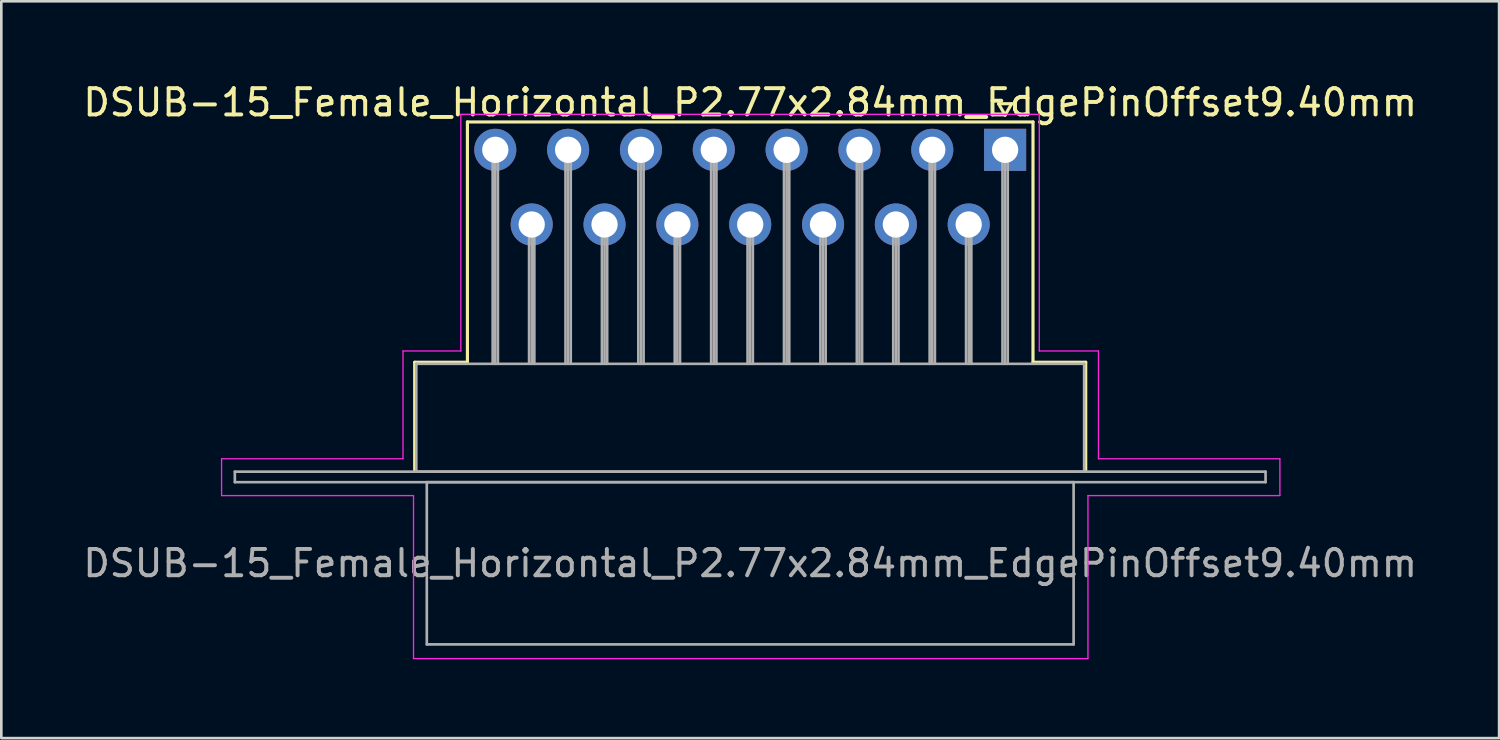
<source format=kicad_pcb>
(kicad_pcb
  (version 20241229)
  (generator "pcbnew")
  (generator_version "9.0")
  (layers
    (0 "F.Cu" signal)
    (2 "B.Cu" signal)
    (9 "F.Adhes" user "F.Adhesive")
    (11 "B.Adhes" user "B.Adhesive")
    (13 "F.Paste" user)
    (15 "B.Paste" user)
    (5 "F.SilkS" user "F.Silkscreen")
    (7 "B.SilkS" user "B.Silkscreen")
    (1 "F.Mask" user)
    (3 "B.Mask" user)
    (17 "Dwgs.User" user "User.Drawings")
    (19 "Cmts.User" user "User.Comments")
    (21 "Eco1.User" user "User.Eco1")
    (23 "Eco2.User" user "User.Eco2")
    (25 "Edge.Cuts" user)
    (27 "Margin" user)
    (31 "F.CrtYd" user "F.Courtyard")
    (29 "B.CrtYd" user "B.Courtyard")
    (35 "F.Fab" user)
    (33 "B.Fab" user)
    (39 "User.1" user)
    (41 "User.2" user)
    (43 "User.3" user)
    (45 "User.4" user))
  (footprint "DSUB-15_Female_Horizontal_P2.77x2.84mm_EdgePinOffset9.40mm"
    (layer "F.Cu")
    (at 35.177 2.648)
    (property "Reference" "DSUB-15_Female_Horizontal_P2.77x2.84mm_EdgePinOffset9.40mm" (at -9.695 -1.8 0) (layer "F.SilkS") (effects (font (size 1 1) (thickness 0.15))))
    (attr through_hole)
    (fp_line (start -22.455 8.08) (end -20.45 8.08) (stroke (width 0.12) (type solid)) (layer "F.SilkS"))
    (fp_line (start -22.455 12.18) (end -22.455 8.08) (stroke (width 0.12) (type solid)) (layer "F.SilkS"))
    (fp_line (start -20.45 -1.06) (end 1.06 -1.06) (stroke (width 0.12) (type solid)) (layer "F.SilkS"))
    (fp_line (start -20.45 8.08) (end -20.45 -1.06) (stroke (width 0.12) (type solid)) (layer "F.SilkS"))
    (fp_line (start -0.25 -1.754) (end 0.25 -1.754) (stroke (width 0.12) (type solid)) (layer "F.SilkS"))
    (fp_line (start 0 -1.321) (end -0.25 -1.754) (stroke (width 0.12) (type solid)) (layer "F.SilkS"))
    (fp_line (start 0.25 -1.754) (end 0 -1.321) (stroke (width 0.12) (type solid)) (layer "F.SilkS"))
    (fp_line (start 1.06 -1.06) (end 1.06 8.08) (stroke (width 0.12) (type solid)) (layer "F.SilkS"))
    (fp_line (start 1.06 8.08) (end 3.065 8.08) (stroke (width 0.12) (type solid)) (layer "F.SilkS"))
    (fp_line (start 3.065 8.08) (end 3.065 12.18) (stroke (width 0.12) (type solid)) (layer "F.SilkS"))
    (fp_line (start -29.8 11.75) (end -22.9 11.75) (stroke (width 0.05) (type solid)) (layer "F.CrtYd"))
    (fp_line (start -29.8 13.15) (end -29.8 11.75) (stroke (width 0.05) (type solid)) (layer "F.CrtYd"))
    (fp_line (start -22.9 7.65) (end -20.7 7.65) (stroke (width 0.05) (type solid)) (layer "F.CrtYd"))
    (fp_line (start -22.9 11.75) (end -22.9 7.65) (stroke (width 0.05) (type solid)) (layer "F.CrtYd"))
    (fp_line (start -22.5 13.15) (end -29.8 13.15) (stroke (width 0.05) (type solid)) (layer "F.CrtYd"))
    (fp_line (start -22.5 19.35) (end -22.5 13.15) (stroke (width 0.05) (type solid)) (layer "F.CrtYd"))
    (fp_line (start -20.7 -1.35) (end 1.3 -1.35) (stroke (width 0.05) (type solid)) (layer "F.CrtYd"))
    (fp_line (start -20.7 7.65) (end -20.7 -1.35) (stroke (width 0.05) (type solid)) (layer "F.CrtYd"))
    (fp_line (start 1.3 -1.35) (end 1.3 7.65) (stroke (width 0.05) (type solid)) (layer "F.CrtYd"))
    (fp_line (start 1.3 7.65) (end 3.55 7.65) (stroke (width 0.05) (type solid)) (layer "F.CrtYd"))
    (fp_line (start 3.15 13.15) (end 3.15 19.35) (stroke (width 0.05) (type solid)) (layer "F.CrtYd"))
    (fp_line (start 3.15 19.35) (end -22.5 19.35) (stroke (width 0.05) (type solid)) (layer "F.CrtYd"))
    (fp_line (start 3.55 7.65) (end 3.55 11.75) (stroke (width 0.05) (type solid)) (layer "F.CrtYd"))
    (fp_line (start 3.55 11.75) (end 10.45 11.75) (stroke (width 0.05) (type solid)) (layer "F.CrtYd"))
    (fp_line (start 10.45 11.75) (end 10.45 13.15) (stroke (width 0.05) (type solid)) (layer "F.CrtYd"))
    (fp_line (start 10.45 13.15) (end 3.15 13.15) (stroke (width 0.05) (type solid)) (layer "F.CrtYd"))
    (fp_line (start -29.295 12.24) (end -29.295 12.64) (stroke (width 0.1) (type solid)) (layer "F.Fab"))
    (fp_line (start -29.295 12.64) (end 9.905 12.64) (stroke (width 0.1) (type solid)) (layer "F.Fab"))
    (fp_line (start -22.395 8.14) (end -22.395 12.24) (stroke (width 0.1) (type solid)) (layer "F.Fab"))
    (fp_line (start -22.395 12.24) (end 3.005 12.24) (stroke (width 0.1) (type solid)) (layer "F.Fab"))
    (fp_line (start -21.995 12.64) (end -21.995 18.81) (stroke (width 0.1) (type solid)) (layer "F.Fab"))
    (fp_line (start -21.995 18.81) (end 2.605 18.81) (stroke (width 0.1) (type solid)) (layer "F.Fab"))
    (fp_line (start -19.49 0) (end -19.49 8.14) (stroke (width 0.1) (type solid)) (layer "F.Fab"))
    (fp_line (start -19.39 0) (end -19.39 8.14) (stroke (width 0.1) (type solid)) (layer "F.Fab"))
    (fp_line (start -19.29 0) (end -19.29 8.14) (stroke (width 0.1) (type solid)) (layer "F.Fab"))
    (fp_line (start -18.105 2.84) (end -18.105 8.14) (stroke (width 0.1) (type solid)) (layer "F.Fab"))
    (fp_line (start -18.005 2.84) (end -18.005 8.14) (stroke (width 0.1) (type solid)) (layer "F.Fab"))
    (fp_line (start -17.905 2.84) (end -17.905 8.14) (stroke (width 0.1) (type solid)) (layer "F.Fab"))
    (fp_line (start -16.72 0) (end -16.72 8.14) (stroke (width 0.1) (type solid)) (layer "F.Fab"))
    (fp_line (start -16.62 0) (end -16.62 8.14) (stroke (width 0.1) (type solid)) (layer "F.Fab"))
    (fp_line (start -16.52 0) (end -16.52 8.14) (stroke (width 0.1) (type solid)) (layer "F.Fab"))
    (fp_line (start -15.335 2.84) (end -15.335 8.14) (stroke (width 0.1) (type solid)) (layer "F.Fab"))
    (fp_line (start -15.235 2.84) (end -15.235 8.14) (stroke (width 0.1) (type solid)) (layer "F.Fab"))
    (fp_line (start -15.135 2.84) (end -15.135 8.14) (stroke (width 0.1) (type solid)) (layer "F.Fab"))
    (fp_line (start -13.95 0) (end -13.95 8.14) (stroke (width 0.1) (type solid)) (layer "F.Fab"))
    (fp_line (start -13.85 0) (end -13.85 8.14) (stroke (width 0.1) (type solid)) (layer "F.Fab"))
    (fp_line (start -13.75 0) (end -13.75 8.14) (stroke (width 0.1) (type solid)) (layer "F.Fab"))
    (fp_line (start -12.565 2.84) (end -12.565 8.14) (stroke (width 0.1) (type solid)) (layer "F.Fab"))
    (fp_line (start -12.465 2.84) (end -12.465 8.14) (stroke (width 0.1) (type solid)) (layer "F.Fab"))
    (fp_line (start -12.365 2.84) (end -12.365 8.14) (stroke (width 0.1) (type solid)) (layer "F.Fab"))
    (fp_line (start -11.18 0) (end -11.18 8.14) (stroke (width 0.1) (type solid)) (layer "F.Fab"))
    (fp_line (start -11.08 0) (end -11.08 8.14) (stroke (width 0.1) (type solid)) (layer "F.Fab"))
    (fp_line (start -10.98 0) (end -10.98 8.14) (stroke (width 0.1) (type solid)) (layer "F.Fab"))
    (fp_line (start -9.795 2.84) (end -9.795 8.14) (stroke (width 0.1) (type solid)) (layer "F.Fab"))
    (fp_line (start -9.695 2.84) (end -9.695 8.14) (stroke (width 0.1) (type solid)) (layer "F.Fab"))
    (fp_line (start -9.595 2.84) (end -9.595 8.14) (stroke (width 0.1) (type solid)) (layer "F.Fab"))
    (fp_line (start -8.41 0) (end -8.41 8.14) (stroke (width 0.1) (type solid)) (layer "F.Fab"))
    (fp_line (start -8.31 0) (end -8.31 8.14) (stroke (width 0.1) (type solid)) (layer "F.Fab"))
    (fp_line (start -8.21 0) (end -8.21 8.14) (stroke (width 0.1) (type solid)) (layer "F.Fab"))
    (fp_line (start -7.025 2.84) (end -7.025 8.14) (stroke (width 0.1) (type solid)) (layer "F.Fab"))
    (fp_line (start -6.925 2.84) (end -6.925 8.14) (stroke (width 0.1) (type solid)) (layer "F.Fab"))
    (fp_line (start -6.825 2.84) (end -6.825 8.14) (stroke (width 0.1) (type solid)) (layer "F.Fab"))
    (fp_line (start -5.64 0) (end -5.64 8.14) (stroke (width 0.1) (type solid)) (layer "F.Fab"))
    (fp_line (start -5.54 0) (end -5.54 8.14) (stroke (width 0.1) (type solid)) (layer "F.Fab"))
    (fp_line (start -5.44 0) (end -5.44 8.14) (stroke (width 0.1) (type solid)) (layer "F.Fab"))
    (fp_line (start -4.255 2.84) (end -4.255 8.14) (stroke (width 0.1) (type solid)) (layer "F.Fab"))
    (fp_line (start -4.155 2.84) (end -4.155 8.14) (stroke (width 0.1) (type solid)) (layer "F.Fab"))
    (fp_line (start -4.055 2.84) (end -4.055 8.14) (stroke (width 0.1) (type solid)) (layer "F.Fab"))
    (fp_line (start -2.87 0) (end -2.87 8.14) (stroke (width 0.1) (type solid)) (layer "F.Fab"))
    (fp_line (start -2.77 0) (end -2.77 8.14) (stroke (width 0.1) (type solid)) (layer "F.Fab"))
    (fp_line (start -2.67 0) (end -2.67 8.14) (stroke (width 0.1) (type solid)) (layer "F.Fab"))
    (fp_line (start -1.485 2.84) (end -1.485 8.14) (stroke (width 0.1) (type solid)) (layer "F.Fab"))
    (fp_line (start -1.385 2.84) (end -1.385 8.14) (stroke (width 0.1) (type solid)) (layer "F.Fab"))
    (fp_line (start -1.285 2.84) (end -1.285 8.14) (stroke (width 0.1) (type solid)) (layer "F.Fab"))
    (fp_line (start -0.1 0) (end -0.1 8.14) (stroke (width 0.1) (type solid)) (layer "F.Fab"))
    (fp_line (start 0 0) (end 0 8.14) (stroke (width 0.1) (type solid)) (layer "F.Fab"))
    (fp_line (start 0.1 0) (end 0.1 8.14) (stroke (width 0.1) (type solid)) (layer "F.Fab"))
    (fp_line (start 2.605 12.64) (end -21.995 12.64) (stroke (width 0.1) (type solid)) (layer "F.Fab"))
    (fp_line (start 2.605 18.81) (end 2.605 12.64) (stroke (width 0.1) (type solid)) (layer "F.Fab"))
    (fp_line (start 3.005 8.14) (end -22.395 8.14) (stroke (width 0.1) (type solid)) (layer "F.Fab"))
    (fp_line (start 3.005 12.24) (end 3.005 8.14) (stroke (width 0.1) (type solid)) (layer "F.Fab"))
    (fp_line (start 9.905 12.24) (end -29.295 12.24) (stroke (width 0.1) (type solid)) (layer "F.Fab"))
    (fp_line (start 9.905 12.64) (end 9.905 12.24) (stroke (width 0.1) (type solid)) (layer "F.Fab"))
    (fp_text user "${REFERENCE}" (at -9.695 15.725 0) (layer "F.Fab") (effects (font (size 1 1) (thickness 0.15))))
    (pad "1" thru_hole rect (at 0 0) (size 1.6 1.6) (drill 1) (layers "*.Cu" "*.Mask"))
    (pad "2" thru_hole circle (at -2.77 0) (size 1.6 1.6) (drill 1) (layers "*.Cu" "*.Mask"))
    (pad "3" thru_hole circle (at -5.54 0) (size 1.6 1.6) (drill 1) (layers "*.Cu" "*.Mask"))
    (pad "4" thru_hole circle (at -8.31 0) (size 1.6 1.6) (drill 1) (layers "*.Cu" "*.Mask"))
    (pad "5" thru_hole circle (at -11.08 0) (size 1.6 1.6) (drill 1) (layers "*.Cu" "*.Mask"))
    (pad "6" thru_hole circle (at -13.85 0) (size 1.6 1.6) (drill 1) (layers "*.Cu" "*.Mask"))
    (pad "7" thru_hole circle (at -16.62 0) (size 1.6 1.6) (drill 1) (layers "*.Cu" "*.Mask"))
    (pad "8" thru_hole circle (at -19.39 0) (size 1.6 1.6) (drill 1) (layers "*.Cu" "*.Mask"))
    (pad "9" thru_hole circle (at -1.385 2.84) (size 1.6 1.6) (drill 1) (layers "*.Cu" "*.Mask"))
    (pad "10" thru_hole circle (at -4.155 2.84) (size 1.6 1.6) (drill 1) (layers "*.Cu" "*.Mask"))
    (pad "11" thru_hole circle (at -6.925 2.84) (size 1.6 1.6) (drill 1) (layers "*.Cu" "*.Mask"))
    (pad "12" thru_hole circle (at -9.695 2.84) (size 1.6 1.6) (drill 1) (layers "*.Cu" "*.Mask"))
    (pad "13" thru_hole circle (at -12.465 2.84) (size 1.6 1.6) (drill 1) (layers "*.Cu" "*.Mask"))
    (pad "14" thru_hole circle (at -15.235 2.84) (size 1.6 1.6) (drill 1) (layers "*.Cu" "*.Mask"))
    (pad "15" thru_hole circle (at -18.005 2.84) (size 1.6 1.6) (drill 1) (layers "*.Cu" "*.Mask")))
  (gr_rect
    (start -3 -3)
    (end 53.964 25.023)
    (stroke (width 0.1) (type default))
    (fill no)
    (layer "Edge.Cuts")))
</source>
